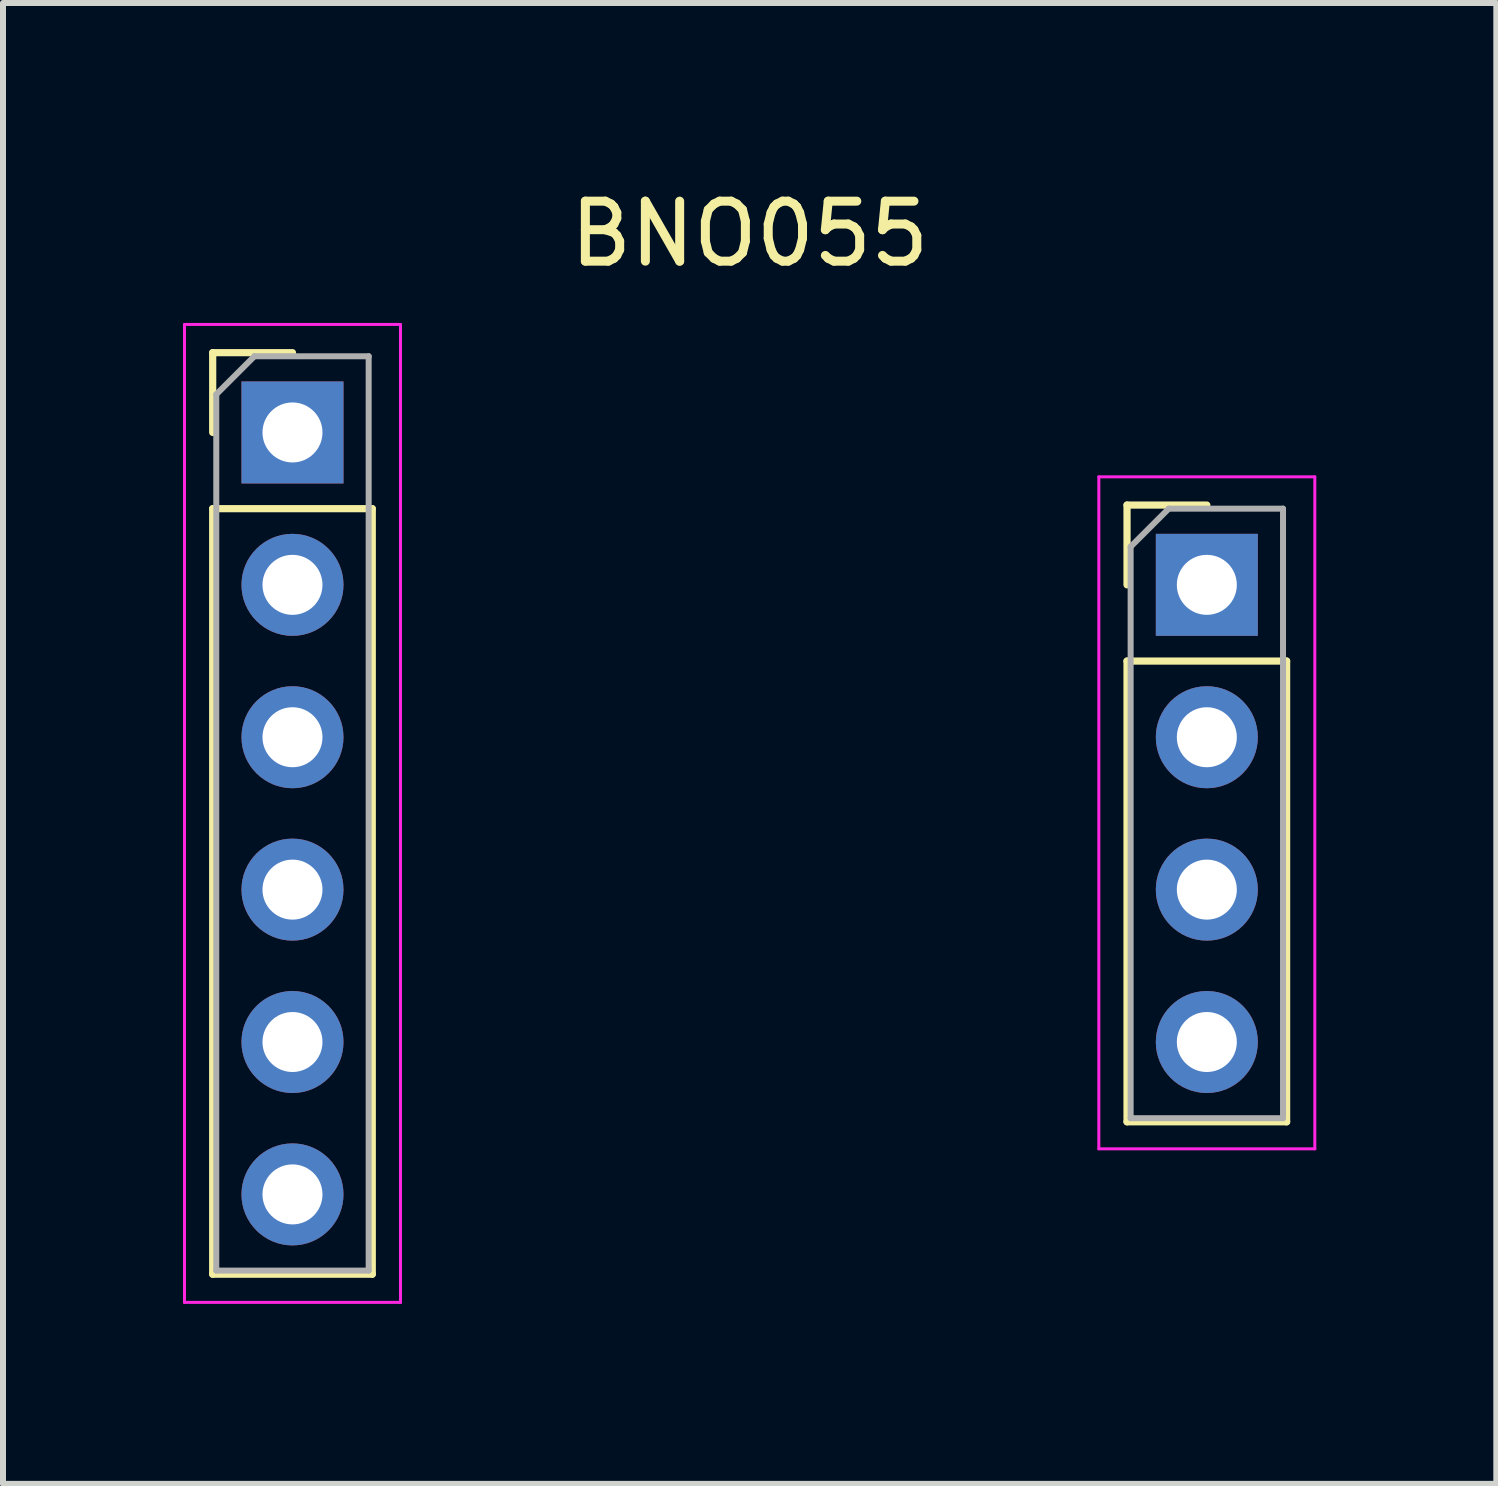
<source format=kicad_pcb>
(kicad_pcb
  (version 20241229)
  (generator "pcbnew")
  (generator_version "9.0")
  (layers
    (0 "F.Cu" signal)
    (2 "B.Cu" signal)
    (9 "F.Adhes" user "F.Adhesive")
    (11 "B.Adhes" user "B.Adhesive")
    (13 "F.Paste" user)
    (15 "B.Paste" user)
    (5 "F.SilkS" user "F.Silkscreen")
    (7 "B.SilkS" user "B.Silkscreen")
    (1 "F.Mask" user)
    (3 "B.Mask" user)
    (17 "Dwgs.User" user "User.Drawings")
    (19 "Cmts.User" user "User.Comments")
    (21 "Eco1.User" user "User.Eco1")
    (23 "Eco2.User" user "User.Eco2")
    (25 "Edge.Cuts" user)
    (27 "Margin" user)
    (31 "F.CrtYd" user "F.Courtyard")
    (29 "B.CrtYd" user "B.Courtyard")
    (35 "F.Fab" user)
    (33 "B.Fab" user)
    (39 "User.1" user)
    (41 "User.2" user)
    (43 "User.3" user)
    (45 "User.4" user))
  (footprint "BNO055"
    (layer "F.Cu")
    (at 9.445 0.348)
    (property "Reference" "BNO055" (at 0 0.5 0) (layer "F.SilkS") (effects (font (size 1 1) (thickness 0.15))))
    (attr through_hole)
    (fp_line (start -8.95 2.48) (end -7.62 2.48) (stroke (width 0.12) (type solid)) (layer "F.SilkS"))
    (fp_line (start -8.95 3.81) (end -8.95 2.48) (stroke (width 0.12) (type solid)) (layer "F.SilkS"))
    (fp_line (start -8.95 5.08) (end -8.95 17.84) (stroke (width 0.12) (type solid)) (layer "F.SilkS"))
    (fp_line (start -8.95 5.08) (end -6.29 5.08) (stroke (width 0.12) (type solid)) (layer "F.SilkS"))
    (fp_line (start -8.95 17.84) (end -6.29 17.84) (stroke (width 0.12) (type solid)) (layer "F.SilkS"))
    (fp_line (start -6.29 5.08) (end -6.29 17.84) (stroke (width 0.12) (type solid)) (layer "F.SilkS"))
    (fp_line (start 6.29 5.02) (end 7.62 5.02) (stroke (width 0.12) (type solid)) (layer "F.SilkS"))
    (fp_line (start 6.29 6.35) (end 6.29 5.02) (stroke (width 0.12) (type solid)) (layer "F.SilkS"))
    (fp_line (start 6.29 7.62) (end 6.29 15.3) (stroke (width 0.12) (type solid)) (layer "F.SilkS"))
    (fp_line (start 6.29 7.62) (end 8.95 7.62) (stroke (width 0.12) (type solid)) (layer "F.SilkS"))
    (fp_line (start 6.29 15.3) (end 8.95 15.3) (stroke (width 0.12) (type solid)) (layer "F.SilkS"))
    (fp_line (start 8.95 7.62) (end 8.95 15.3) (stroke (width 0.12) (type solid)) (layer "F.SilkS"))
    (fp_line (start -9.42 2.01) (end -9.42 18.31) (stroke (width 0.05) (type solid)) (layer "F.CrtYd"))
    (fp_line (start -9.42 18.31) (end -5.82 18.31) (stroke (width 0.05) (type solid)) (layer "F.CrtYd"))
    (fp_line (start -5.82 2.01) (end -9.42 2.01) (stroke (width 0.05) (type solid)) (layer "F.CrtYd"))
    (fp_line (start -5.82 18.31) (end -5.82 2.01) (stroke (width 0.05) (type solid)) (layer "F.CrtYd"))
    (fp_line (start 5.82 4.55) (end 5.82 15.75) (stroke (width 0.05) (type solid)) (layer "F.CrtYd"))
    (fp_line (start 5.82 15.75) (end 9.42 15.75) (stroke (width 0.05) (type solid)) (layer "F.CrtYd"))
    (fp_line (start 9.42 4.55) (end 5.82 4.55) (stroke (width 0.05) (type solid)) (layer "F.CrtYd"))
    (fp_line (start 9.42 15.75) (end 9.42 4.55) (stroke (width 0.05) (type solid)) (layer "F.CrtYd"))
    (fp_line (start -8.89 3.175) (end -8.255 2.54) (stroke (width 0.1) (type solid)) (layer "F.Fab"))
    (fp_line (start -8.89 17.78) (end -8.89 3.175) (stroke (width 0.1) (type solid)) (layer "F.Fab"))
    (fp_line (start -8.255 2.54) (end -6.35 2.54) (stroke (width 0.1) (type solid)) (layer "F.Fab"))
    (fp_line (start -6.35 2.54) (end -6.35 17.78) (stroke (width 0.1) (type solid)) (layer "F.Fab"))
    (fp_line (start -6.35 17.78) (end -8.89 17.78) (stroke (width 0.1) (type solid)) (layer "F.Fab"))
    (fp_line (start 6.35 5.715) (end 6.985 5.08) (stroke (width 0.1) (type solid)) (layer "F.Fab"))
    (fp_line (start 6.35 15.24) (end 6.35 5.715) (stroke (width 0.1) (type solid)) (layer "F.Fab"))
    (fp_line (start 6.985 5.08) (end 8.89 5.08) (stroke (width 0.1) (type solid)) (layer "F.Fab"))
    (fp_line (start 8.89 5.08) (end 8.89 15.24) (stroke (width 0.1) (type solid)) (layer "F.Fab"))
    (fp_line (start 8.89 15.24) (end 6.35 15.24) (stroke (width 0.1) (type solid)) (layer "F.Fab"))
    (pad "3V3" thru_hole oval (at -7.62 6.35) (size 1.7 1.7) (drill 1) (layers "*.Cu" "*.Mask"))
    (pad "ADR" thru_hole oval (at 7.62 8.89) (size 1.7 1.7) (drill 1) (layers "*.Cu" "*.Mask"))
    (pad "GND" thru_hole oval (at -7.62 8.89) (size 1.7 1.7) (drill 1) (layers "*.Cu" "*.Mask"))
    (pad "INT" thru_hole rect (at 7.62 6.35) (size 1.7 1.7) (drill 1) (layers "*.Cu" "*.Mask"))
    (pad "PS0" thru_hole oval (at 7.62 11.43) (size 1.7 1.7) (drill 1) (layers "*.Cu" "*.Mask"))
    (pad "PS1" thru_hole oval (at 7.62 13.97) (size 1.7 1.7) (drill 1) (layers "*.Cu" "*.Mask"))
    (pad "RST" thru_hole oval (at -7.62 16.51) (size 1.7 1.7) (drill 1) (layers "*.Cu" "*.Mask"))
    (pad "SCL" thru_hole oval (at -7.62 11.43) (size 1.7 1.7) (drill 1) (layers "*.Cu" "*.Mask"))
    (pad "SDA" thru_hole oval (at -7.62 13.97) (size 1.7 1.7) (drill 1) (layers "*.Cu" "*.Mask"))
    (pad "VIN" thru_hole rect (at -7.62 3.81) (size 1.7 1.7) (drill 1) (layers "*.Cu" "*.Mask")))
  (gr_rect
    (start -3 -3)
    (end 21.89 21.683)
    (stroke (width 0.1) (type default))
    (fill no)
    (layer "Edge.Cuts")))
</source>
